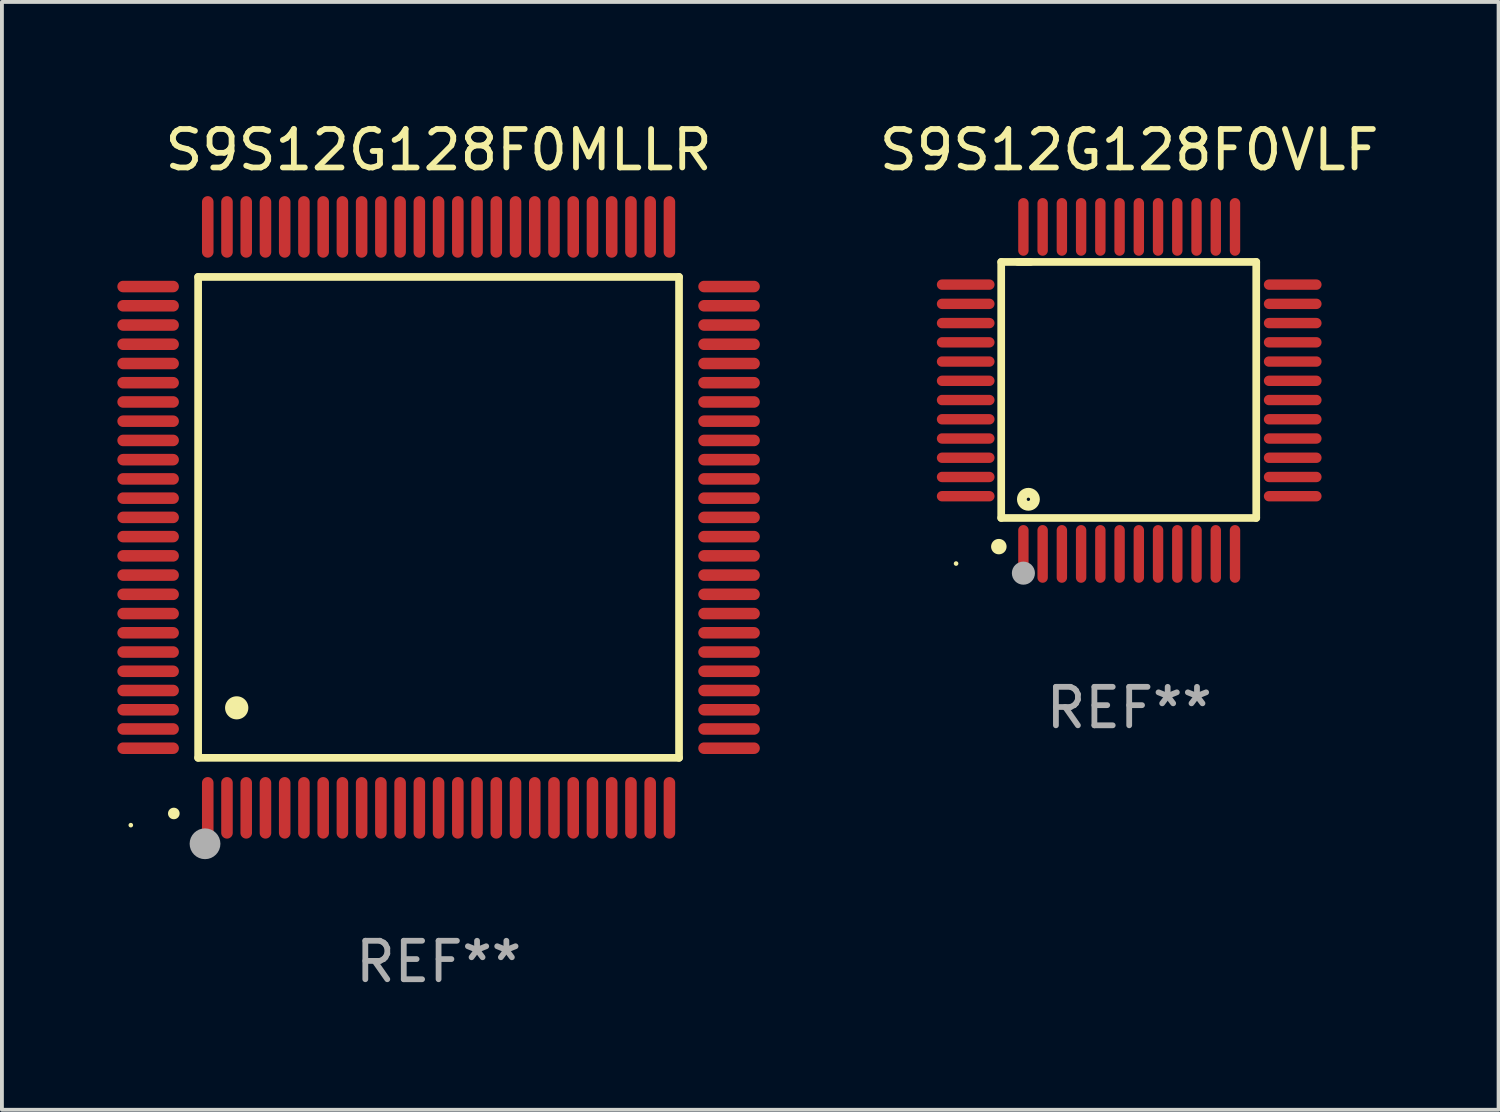
<source format=kicad_pcb>
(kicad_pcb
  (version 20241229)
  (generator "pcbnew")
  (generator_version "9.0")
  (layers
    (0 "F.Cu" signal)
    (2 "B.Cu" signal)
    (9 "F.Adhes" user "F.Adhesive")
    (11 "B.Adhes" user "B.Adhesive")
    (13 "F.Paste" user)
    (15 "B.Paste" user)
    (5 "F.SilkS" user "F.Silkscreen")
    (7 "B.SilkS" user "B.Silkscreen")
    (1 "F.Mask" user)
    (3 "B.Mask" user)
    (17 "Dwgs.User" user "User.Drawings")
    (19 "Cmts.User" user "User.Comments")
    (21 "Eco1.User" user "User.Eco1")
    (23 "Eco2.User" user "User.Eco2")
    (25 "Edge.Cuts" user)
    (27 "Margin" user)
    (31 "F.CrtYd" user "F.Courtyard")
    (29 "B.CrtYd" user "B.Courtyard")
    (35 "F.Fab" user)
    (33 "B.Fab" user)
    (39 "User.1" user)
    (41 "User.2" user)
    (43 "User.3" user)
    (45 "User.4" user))
  (footprint "S9S12G128F0VLF"
    (layer "F.Cu")
    (at 26.301 7.098)
    (property "Reference" "S9S12G128F0VLF" (at 0 -6.25 0) (layer "F.SilkS") (effects (font (size 1 1) (thickness 0.15))))
    (attr through_hole)
    (fp_line (start -3.327 -3.34) (end -2.565 -3.34) (stroke (width 0.2) (type solid)) (layer "F.SilkS"))
    (fp_line (start -3.327 3.315) (end -3.327 -3.34) (stroke (width 0.2) (type solid)) (layer "F.SilkS"))
    (fp_line (start -2.896 -3.34) (end 3.302 -3.34) (stroke (width 0.2) (type solid)) (layer "F.SilkS"))
    (fp_line (start 3.302 -3.34) (end 3.302 3.315) (stroke (width 0.2) (type solid)) (layer "F.SilkS"))
    (fp_line (start 3.302 3.315) (end -3.327 3.315) (stroke (width 0.2) (type solid)) (layer "F.SilkS"))
    (fp_arc (start -3.389992 4.059995) (mid -3.388722 4.059991) (end -3.387452 4.059995) (stroke (width 0.4) (type solid)) (layer "F.SilkS"))
    (fp_circle (center -4.5 4.5) (end -4.47 4.5) (stroke (width 0.06) (type solid)) (fill no) (layer "F.SilkS"))
    (fp_circle (center -2.62 2.83) (end -2.45 2.83) (stroke (width 0.254) (type solid)) (fill no) (layer "F.SilkS"))
    (fp_circle (center -2.75 4.75) (end -2.6 4.75) (stroke (width 0.3) (type solid)) (fill no) (layer "F.Fab"))
    (fp_text user "REF**" (at 0 8.25 0) (layer "F.Fab") (effects (font (size 1 1) (thickness 0.15))))
    (pad "1" smd oval (at -2.75 4.25) (size 0.27 1.5) (layers "F.Cu" "F.Mask" "F.Paste"))
    (pad "2" smd oval (at -2.25 4.25) (size 0.27 1.5) (layers "F.Cu" "F.Mask" "F.Paste"))
    (pad "3" smd oval (at -1.75 4.25) (size 0.27 1.5) (layers "F.Cu" "F.Mask" "F.Paste"))
    (pad "4" smd oval (at -1.25 4.25) (size 0.27 1.5) (layers "F.Cu" "F.Mask" "F.Paste"))
    (pad "5" smd oval (at -0.75 4.25) (size 0.27 1.5) (layers "F.Cu" "F.Mask" "F.Paste"))
    (pad "6" smd oval (at -0.25 4.25) (size 0.27 1.5) (layers "F.Cu" "F.Mask" "F.Paste"))
    (pad "7" smd oval (at 0.25 4.25) (size 0.27 1.5) (layers "F.Cu" "F.Mask" "F.Paste"))
    (pad "8" smd oval (at 0.75 4.25) (size 0.27 1.5) (layers "F.Cu" "F.Mask" "F.Paste"))
    (pad "9" smd oval (at 1.25 4.25) (size 0.27 1.5) (layers "F.Cu" "F.Mask" "F.Paste"))
    (pad "10" smd oval (at 1.75 4.25) (size 0.27 1.5) (layers "F.Cu" "F.Mask" "F.Paste"))
    (pad "11" smd oval (at 2.25 4.25) (size 0.27 1.5) (layers "F.Cu" "F.Mask" "F.Paste"))
    (pad "12" smd oval (at 2.75 4.25) (size 0.27 1.5) (layers "F.Cu" "F.Mask" "F.Paste"))
    (pad "13" smd oval (at 4.25 2.75) (size 1.5 0.27) (layers "F.Cu" "F.Mask" "F.Paste"))
    (pad "14" smd oval (at 4.25 2.25) (size 1.5 0.27) (layers "F.Cu" "F.Mask" "F.Paste"))
    (pad "15" smd oval (at 4.25 1.75) (size 1.5 0.27) (layers "F.Cu" "F.Mask" "F.Paste"))
    (pad "16" smd oval (at 4.25 1.25) (size 1.5 0.27) (layers "F.Cu" "F.Mask" "F.Paste"))
    (pad "17" smd oval (at 4.25 0.75) (size 1.5 0.27) (layers "F.Cu" "F.Mask" "F.Paste"))
    (pad "18" smd oval (at 4.25 0.25) (size 1.5 0.27) (layers "F.Cu" "F.Mask" "F.Paste"))
    (pad "19" smd oval (at 4.25 -0.25) (size 1.5 0.27) (layers "F.Cu" "F.Mask" "F.Paste"))
    (pad "20" smd oval (at 4.25 -0.75) (size 1.5 0.27) (layers "F.Cu" "F.Mask" "F.Paste"))
    (pad "21" smd oval (at 4.25 -1.25) (size 1.5 0.27) (layers "F.Cu" "F.Mask" "F.Paste"))
    (pad "22" smd oval (at 4.25 -1.75) (size 1.5 0.27) (layers "F.Cu" "F.Mask" "F.Paste"))
    (pad "23" smd oval (at 4.25 -2.25) (size 1.5 0.27) (layers "F.Cu" "F.Mask" "F.Paste"))
    (pad "24" smd oval (at 4.25 -2.75) (size 1.5 0.27) (layers "F.Cu" "F.Mask" "F.Paste"))
    (pad "25" smd oval (at 2.75 -4.25) (size 0.27 1.5) (layers "F.Cu" "F.Mask" "F.Paste"))
    (pad "26" smd oval (at 2.25 -4.25) (size 0.27 1.5) (layers "F.Cu" "F.Mask" "F.Paste"))
    (pad "27" smd oval (at 1.75 -4.25) (size 0.27 1.5) (layers "F.Cu" "F.Mask" "F.Paste"))
    (pad "28" smd oval (at 1.25 -4.25) (size 0.27 1.5) (layers "F.Cu" "F.Mask" "F.Paste"))
    (pad "29" smd oval (at 0.75 -4.25) (size 0.27 1.5) (layers "F.Cu" "F.Mask" "F.Paste"))
    (pad "30" smd oval (at 0.25 -4.25) (size 0.27 1.5) (layers "F.Cu" "F.Mask" "F.Paste"))
    (pad "31" smd oval (at -0.25 -4.25) (size 0.27 1.5) (layers "F.Cu" "F.Mask" "F.Paste"))
    (pad "32" smd oval (at -0.75 -4.25) (size 0.27 1.5) (layers "F.Cu" "F.Mask" "F.Paste"))
    (pad "33" smd oval (at -1.25 -4.25) (size 0.27 1.5) (layers "F.Cu" "F.Mask" "F.Paste"))
    (pad "34" smd oval (at -1.75 -4.25) (size 0.27 1.5) (layers "F.Cu" "F.Mask" "F.Paste"))
    (pad "35" smd oval (at -2.25 -4.25) (size 0.27 1.5) (layers "F.Cu" "F.Mask" "F.Paste"))
    (pad "36" smd oval (at -2.75 -4.25) (size 0.27 1.5) (layers "F.Cu" "F.Mask" "F.Paste"))
    (pad "37" smd oval (at -4.25 -2.75) (size 1.5 0.27) (layers "F.Cu" "F.Mask" "F.Paste"))
    (pad "38" smd oval (at -4.25 -2.25) (size 1.5 0.27) (layers "F.Cu" "F.Mask" "F.Paste"))
    (pad "39" smd oval (at -4.25 -1.75) (size 1.5 0.27) (layers "F.Cu" "F.Mask" "F.Paste"))
    (pad "40" smd oval (at -4.25 -1.25) (size 1.5 0.27) (layers "F.Cu" "F.Mask" "F.Paste"))
    (pad "41" smd oval (at -4.25 -0.75) (size 1.5 0.27) (layers "F.Cu" "F.Mask" "F.Paste"))
    (pad "42" smd oval (at -4.25 -0.25) (size 1.5 0.27) (layers "F.Cu" "F.Mask" "F.Paste"))
    (pad "43" smd oval (at -4.25 0.25) (size 1.5 0.27) (layers "F.Cu" "F.Mask" "F.Paste"))
    (pad "44" smd oval (at -4.25 0.75) (size 1.5 0.27) (layers "F.Cu" "F.Mask" "F.Paste"))
    (pad "45" smd oval (at -4.25 1.25) (size 1.5 0.27) (layers "F.Cu" "F.Mask" "F.Paste"))
    (pad "46" smd oval (at -4.25 1.75) (size 1.5 0.27) (layers "F.Cu" "F.Mask" "F.Paste"))
    (pad "47" smd oval (at -4.25 2.25) (size 1.5 0.27) (layers "F.Cu" "F.Mask" "F.Paste"))
    (pad "48" smd oval (at -4.25 2.75) (size 1.5 0.27) (layers "F.Cu" "F.Mask" "F.Paste")))
  (footprint "S9S12G128F0MLLR"
    (layer "F.Cu")
    (at 8.35 10.398)
    (property "Reference" "S9S12G128F0MLLR" (at 0 -9.55 0) (layer "F.SilkS") (effects (font (size 1 1) (thickness 0.15))))
    (attr through_hole)
    (fp_line (start -6.25 -6.25) (end -6.25 6.25) (stroke (width 0.2) (type solid)) (layer "F.SilkS"))
    (fp_line (start -6.25 6.25) (end 6.25 6.25) (stroke (width 0.2) (type solid)) (layer "F.SilkS"))
    (fp_line (start 6.25 -6.25) (end -6.25 -6.25) (stroke (width 0.2) (type solid)) (layer "F.SilkS"))
    (fp_line (start 6.25 6.25) (end 6.25 -6.25) (stroke (width 0.2) (type solid)) (layer "F.SilkS"))
    (fp_arc (start -6.883414 7.696215) (mid -6.882144 7.69621) (end -6.880874 7.696215) (stroke (width 0.3) (type solid)) (layer "F.SilkS"))
    (fp_arc (start -5.250191 4.95047) (mid -5.247651 4.950459) (end -5.245111 4.95047) (stroke (width 0.6) (type solid)) (layer "F.SilkS"))
    (fp_circle (center -8 8) (end -7.97 8) (stroke (width 0.06) (type solid)) (fill no) (layer "F.SilkS"))
    (fp_circle (center -6.071 8.484) (end -5.871 8.484) (stroke (width 0.4) (type solid)) (fill no) (layer "F.Fab"))
    (fp_text user "REF**" (at 0 11.55 0) (layer "F.Fab") (effects (font (size 1 1) (thickness 0.15))))
    (pad "1" smd oval (at -6 7.55) (size 0.3 1.6) (layers "F.Cu" "F.Mask" "F.Paste"))
    (pad "2" smd oval (at -5.5 7.55) (size 0.3 1.6) (layers "F.Cu" "F.Mask" "F.Paste"))
    (pad "3" smd oval (at -5 7.55) (size 0.3 1.6) (layers "F.Cu" "F.Mask" "F.Paste"))
    (pad "4" smd oval (at -4.5 7.55) (size 0.3 1.6) (layers "F.Cu" "F.Mask" "F.Paste"))
    (pad "5" smd oval (at -4 7.55) (size 0.3 1.6) (layers "F.Cu" "F.Mask" "F.Paste"))
    (pad "6" smd oval (at -3.5 7.55) (size 0.3 1.6) (layers "F.Cu" "F.Mask" "F.Paste"))
    (pad "7" smd oval (at -3 7.55) (size 0.3 1.6) (layers "F.Cu" "F.Mask" "F.Paste"))
    (pad "8" smd oval (at -2.5 7.55) (size 0.3 1.6) (layers "F.Cu" "F.Mask" "F.Paste"))
    (pad "9" smd oval (at -2 7.55) (size 0.3 1.6) (layers "F.Cu" "F.Mask" "F.Paste"))
    (pad "10" smd oval (at -1.5 7.55) (size 0.3 1.6) (layers "F.Cu" "F.Mask" "F.Paste"))
    (pad "11" smd oval (at -1 7.55) (size 0.3 1.6) (layers "F.Cu" "F.Mask" "F.Paste"))
    (pad "12" smd oval (at -0.5 7.55) (size 0.3 1.6) (layers "F.Cu" "F.Mask" "F.Paste"))
    (pad "13" smd oval (at 0 7.55) (size 0.3 1.6) (layers "F.Cu" "F.Mask" "F.Paste"))
    (pad "14" smd oval (at 0.5 7.55) (size 0.3 1.6) (layers "F.Cu" "F.Mask" "F.Paste"))
    (pad "15" smd oval (at 1 7.55) (size 0.3 1.6) (layers "F.Cu" "F.Mask" "F.Paste"))
    (pad "16" smd oval (at 1.5 7.55) (size 0.3 1.6) (layers "F.Cu" "F.Mask" "F.Paste"))
    (pad "17" smd oval (at 2 7.55) (size 0.3 1.6) (layers "F.Cu" "F.Mask" "F.Paste"))
    (pad "18" smd oval (at 2.5 7.55) (size 0.3 1.6) (layers "F.Cu" "F.Mask" "F.Paste"))
    (pad "19" smd oval (at 3 7.55) (size 0.3 1.6) (layers "F.Cu" "F.Mask" "F.Paste"))
    (pad "20" smd oval (at 3.5 7.55) (size 0.3 1.6) (layers "F.Cu" "F.Mask" "F.Paste"))
    (pad "21" smd oval (at 4 7.55) (size 0.3 1.6) (layers "F.Cu" "F.Mask" "F.Paste"))
    (pad "22" smd oval (at 4.5 7.55) (size 0.3 1.6) (layers "F.Cu" "F.Mask" "F.Paste"))
    (pad "23" smd oval (at 5 7.55) (size 0.3 1.6) (layers "F.Cu" "F.Mask" "F.Paste"))
    (pad "24" smd oval (at 5.5 7.55) (size 0.3 1.6) (layers "F.Cu" "F.Mask" "F.Paste"))
    (pad "25" smd oval (at 6 7.55) (size 0.3 1.6) (layers "F.Cu" "F.Mask" "F.Paste"))
    (pad "26" smd oval (at 7.55 6) (size 1.6 0.3) (layers "F.Cu" "F.Mask" "F.Paste"))
    (pad "27" smd oval (at 7.55 5.5) (size 1.6 0.3) (layers "F.Cu" "F.Mask" "F.Paste"))
    (pad "28" smd oval (at 7.55 5) (size 1.6 0.3) (layers "F.Cu" "F.Mask" "F.Paste"))
    (pad "29" smd oval (at 7.55 4.5) (size 1.6 0.3) (layers "F.Cu" "F.Mask" "F.Paste"))
    (pad "30" smd oval (at 7.55 4) (size 1.6 0.3) (layers "F.Cu" "F.Mask" "F.Paste"))
    (pad "31" smd oval (at 7.55 3.5) (size 1.6 0.3) (layers "F.Cu" "F.Mask" "F.Paste"))
    (pad "32" smd oval (at 7.55 3) (size 1.6 0.3) (layers "F.Cu" "F.Mask" "F.Paste"))
    (pad "33" smd oval (at 7.55 2.5) (size 1.6 0.3) (layers "F.Cu" "F.Mask" "F.Paste"))
    (pad "34" smd oval (at 7.55 2) (size 1.6 0.3) (layers "F.Cu" "F.Mask" "F.Paste"))
    (pad "35" smd oval (at 7.55 1.5) (size 1.6 0.3) (layers "F.Cu" "F.Mask" "F.Paste"))
    (pad "36" smd oval (at 7.55 1) (size 1.6 0.3) (layers "F.Cu" "F.Mask" "F.Paste"))
    (pad "37" smd oval (at 7.55 0.5) (size 1.6 0.3) (layers "F.Cu" "F.Mask" "F.Paste"))
    (pad "38" smd oval (at 7.55 0) (size 1.6 0.3) (layers "F.Cu" "F.Mask" "F.Paste"))
    (pad "39" smd oval (at 7.55 -0.5) (size 1.6 0.3) (layers "F.Cu" "F.Mask" "F.Paste"))
    (pad "40" smd oval (at 7.55 -1) (size 1.6 0.3) (layers "F.Cu" "F.Mask" "F.Paste"))
    (pad "41" smd oval (at 7.55 -1.5) (size 1.6 0.3) (layers "F.Cu" "F.Mask" "F.Paste"))
    (pad "42" smd oval (at 7.55 -2) (size 1.6 0.3) (layers "F.Cu" "F.Mask" "F.Paste"))
    (pad "43" smd oval (at 7.55 -2.5) (size 1.6 0.3) (layers "F.Cu" "F.Mask" "F.Paste"))
    (pad "44" smd oval (at 7.55 -3) (size 1.6 0.3) (layers "F.Cu" "F.Mask" "F.Paste"))
    (pad "45" smd oval (at 7.55 -3.5) (size 1.6 0.3) (layers "F.Cu" "F.Mask" "F.Paste"))
    (pad "46" smd oval (at 7.55 -4) (size 1.6 0.3) (layers "F.Cu" "F.Mask" "F.Paste"))
    (pad "47" smd oval (at 7.55 -4.5) (size 1.6 0.3) (layers "F.Cu" "F.Mask" "F.Paste"))
    (pad "48" smd oval (at 7.55 -5) (size 1.6 0.3) (layers "F.Cu" "F.Mask" "F.Paste"))
    (pad "49" smd oval (at 7.55 -5.5) (size 1.6 0.3) (layers "F.Cu" "F.Mask" "F.Paste"))
    (pad "50" smd oval (at 7.55 -6) (size 1.6 0.3) (layers "F.Cu" "F.Mask" "F.Paste"))
    (pad "51" smd oval (at 6 -7.55) (size 0.3 1.6) (layers "F.Cu" "F.Mask" "F.Paste"))
    (pad "52" smd oval (at 5.5 -7.55) (size 0.3 1.6) (layers "F.Cu" "F.Mask" "F.Paste"))
    (pad "53" smd oval (at 5 -7.55) (size 0.3 1.6) (layers "F.Cu" "F.Mask" "F.Paste"))
    (pad "54" smd oval (at 4.5 -7.55) (size 0.3 1.6) (layers "F.Cu" "F.Mask" "F.Paste"))
    (pad "55" smd oval (at 4 -7.55) (size 0.3 1.6) (layers "F.Cu" "F.Mask" "F.Paste"))
    (pad "56" smd oval (at 3.5 -7.55) (size 0.3 1.6) (layers "F.Cu" "F.Mask" "F.Paste"))
    (pad "57" smd oval (at 3 -7.55) (size 0.3 1.6) (layers "F.Cu" "F.Mask" "F.Paste"))
    (pad "58" smd oval (at 2.5 -7.55) (size 0.3 1.6) (layers "F.Cu" "F.Mask" "F.Paste"))
    (pad "59" smd oval (at 2 -7.55) (size 0.3 1.6) (layers "F.Cu" "F.Mask" "F.Paste"))
    (pad "60" smd oval (at 1.5 -7.55) (size 0.3 1.6) (layers "F.Cu" "F.Mask" "F.Paste"))
    (pad "61" smd oval (at 1 -7.55) (size 0.3 1.6) (layers "F.Cu" "F.Mask" "F.Paste"))
    (pad "62" smd oval (at 0.5 -7.55) (size 0.3 1.6) (layers "F.Cu" "F.Mask" "F.Paste"))
    (pad "63" smd oval (at 0 -7.55) (size 0.3 1.6) (layers "F.Cu" "F.Mask" "F.Paste"))
    (pad "64" smd oval (at -0.5 -7.55) (size 0.3 1.6) (layers "F.Cu" "F.Mask" "F.Paste"))
    (pad "65" smd oval (at -1 -7.55) (size 0.3 1.6) (layers "F.Cu" "F.Mask" "F.Paste"))
    (pad "66" smd oval (at -1.5 -7.55) (size 0.3 1.6) (layers "F.Cu" "F.Mask" "F.Paste"))
    (pad "67" smd oval (at -2 -7.55) (size 0.3 1.6) (layers "F.Cu" "F.Mask" "F.Paste"))
    (pad "68" smd oval (at -2.5 -7.55) (size 0.3 1.6) (layers "F.Cu" "F.Mask" "F.Paste"))
    (pad "69" smd oval (at -3 -7.55) (size 0.3 1.6) (layers "F.Cu" "F.Mask" "F.Paste"))
    (pad "70" smd oval (at -3.5 -7.55) (size 0.3 1.6) (layers "F.Cu" "F.Mask" "F.Paste"))
    (pad "71" smd oval (at -4 -7.55) (size 0.3 1.6) (layers "F.Cu" "F.Mask" "F.Paste"))
    (pad "72" smd oval (at -4.5 -7.55) (size 0.3 1.6) (layers "F.Cu" "F.Mask" "F.Paste"))
    (pad "73" smd oval (at -5 -7.55) (size 0.3 1.6) (layers "F.Cu" "F.Mask" "F.Paste"))
    (pad "74" smd oval (at -5.5 -7.55) (size 0.3 1.6) (layers "F.Cu" "F.Mask" "F.Paste"))
    (pad "75" smd oval (at -6 -7.55) (size 0.3 1.6) (layers "F.Cu" "F.Mask" "F.Paste"))
    (pad "76" smd oval (at -7.55 -6) (size 1.6 0.3) (layers "F.Cu" "F.Mask" "F.Paste"))
    (pad "77" smd oval (at -7.55 -5.5) (size 1.6 0.3) (layers "F.Cu" "F.Mask" "F.Paste"))
    (pad "78" smd oval (at -7.55 -5) (size 1.6 0.3) (layers "F.Cu" "F.Mask" "F.Paste"))
    (pad "79" smd oval (at -7.55 -4.5) (size 1.6 0.3) (layers "F.Cu" "F.Mask" "F.Paste"))
    (pad "80" smd oval (at -7.55 -4) (size 1.6 0.3) (layers "F.Cu" "F.Mask" "F.Paste"))
    (pad "81" smd oval (at -7.55 -3.5) (size 1.6 0.3) (layers "F.Cu" "F.Mask" "F.Paste"))
    (pad "82" smd oval (at -7.55 -3) (size 1.6 0.3) (layers "F.Cu" "F.Mask" "F.Paste"))
    (pad "83" smd oval (at -7.55 -2.5) (size 1.6 0.3) (layers "F.Cu" "F.Mask" "F.Paste"))
    (pad "84" smd oval (at -7.55 -2) (size 1.6 0.3) (layers "F.Cu" "F.Mask" "F.Paste"))
    (pad "85" smd oval (at -7.55 -1.5) (size 1.6 0.3) (layers "F.Cu" "F.Mask" "F.Paste"))
    (pad "86" smd oval (at -7.55 -1) (size 1.6 0.3) (layers "F.Cu" "F.Mask" "F.Paste"))
    (pad "87" smd oval (at -7.55 -0.5) (size 1.6 0.3) (layers "F.Cu" "F.Mask" "F.Paste"))
    (pad "88" smd oval (at -7.55 0) (size 1.6 0.3) (layers "F.Cu" "F.Mask" "F.Paste"))
    (pad "89" smd oval (at -7.55 0.5) (size 1.6 0.3) (layers "F.Cu" "F.Mask" "F.Paste"))
    (pad "90" smd oval (at -7.55 1) (size 1.6 0.3) (layers "F.Cu" "F.Mask" "F.Paste"))
    (pad "91" smd oval (at -7.55 1.5) (size 1.6 0.3) (layers "F.Cu" "F.Mask" "F.Paste"))
    (pad "92" smd oval (at -7.55 2) (size 1.6 0.3) (layers "F.Cu" "F.Mask" "F.Paste"))
    (pad "93" smd oval (at -7.55 2.5) (size 1.6 0.3) (layers "F.Cu" "F.Mask" "F.Paste"))
    (pad "94" smd oval (at -7.55 3) (size 1.6 0.3) (layers "F.Cu" "F.Mask" "F.Paste"))
    (pad "95" smd oval (at -7.55 3.5) (size 1.6 0.3) (layers "F.Cu" "F.Mask" "F.Paste"))
    (pad "96" smd oval (at -7.55 4) (size 1.6 0.3) (layers "F.Cu" "F.Mask" "F.Paste"))
    (pad "97" smd oval (at -7.55 4.5) (size 1.6 0.3) (layers "F.Cu" "F.Mask" "F.Paste"))
    (pad "98" smd oval (at -7.55 5) (size 1.6 0.3) (layers "F.Cu" "F.Mask" "F.Paste"))
    (pad "99" smd oval (at -7.55 5.5) (size 1.6 0.3) (layers "F.Cu" "F.Mask" "F.Paste"))
    (pad "100" smd oval (at -7.55 6) (size 1.6 0.3) (layers "F.Cu" "F.Mask" "F.Paste")))
  (gr_rect
    (start -3 -3)
    (end 35.902 25.796)
    (stroke (width 0.1) (type default))
    (fill no)
    (layer "Edge.Cuts")))
</source>
